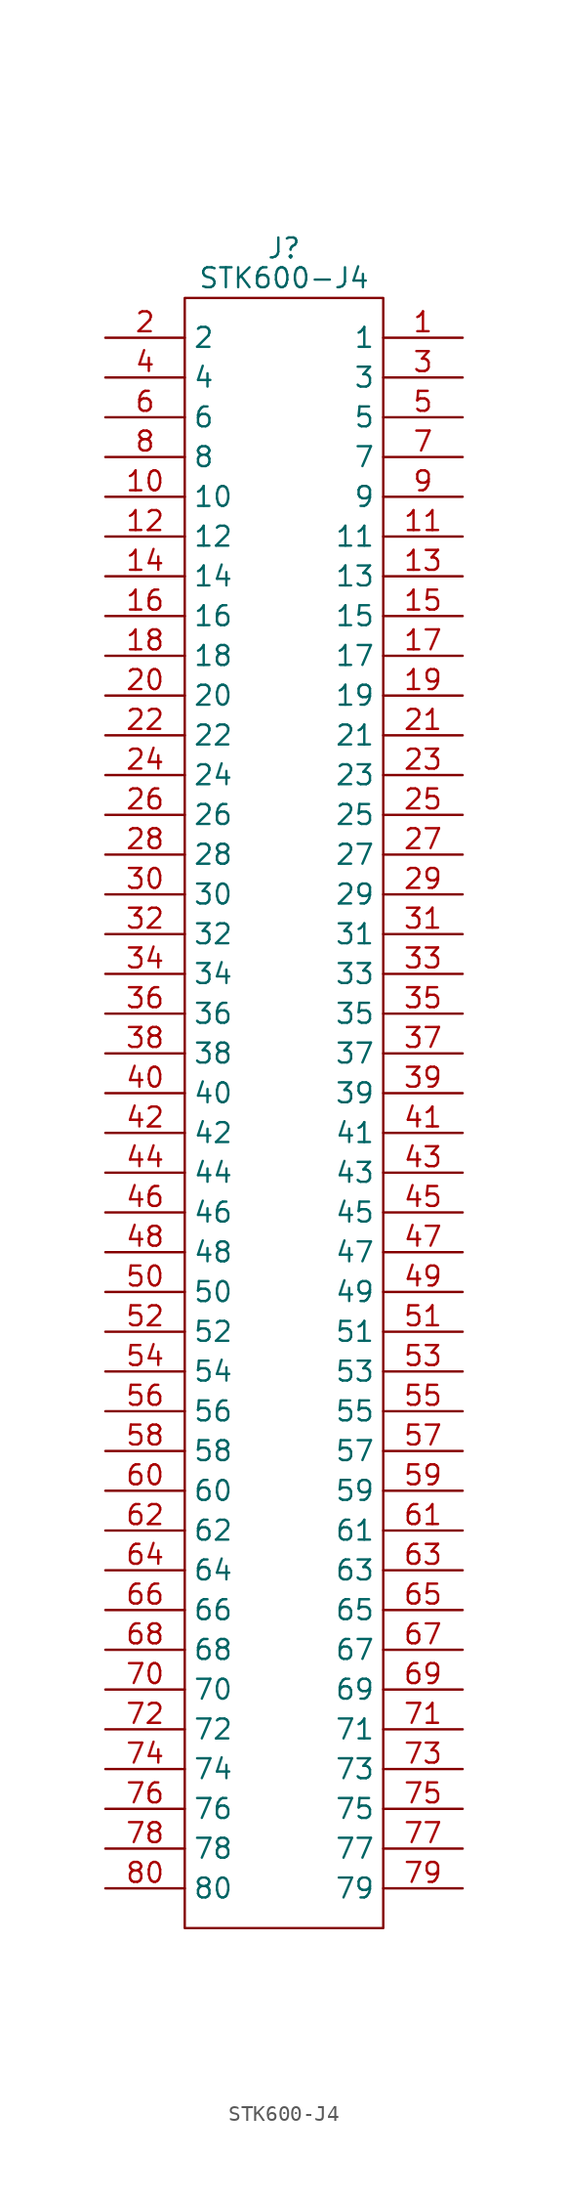
<source format=kicad_sym>
(kicad_symbol_lib
  (version 20211014)
  (generator kicad_symbol_editor)
  (symbol "STK600-J4"
    (property "Reference" "J"
      (at 0 -1.905 0)
      (effects (font (size 1.27 1.27))))
    (property "Value" "STK600-J4"
      (at 0 -3.81 0)
      (effects (font (size 1.27 1.27))))
    (symbol "STK600-J4_0_0"
      (pin passive line (at 11.43 -7.62 180) (length 5.08) (name "1" (effects (font (size 1.27 1.27)))) (number "1" (effects (font (size 1.27 1.27)))))
      (pin passive line (at -11.43 -17.78 0) (length 5.08) (name "10" (effects (font (size 1.27 1.27)))) (number "10" (effects (font (size 1.27 1.27)))))
      (pin passive line (at 11.43 -20.32 180) (length 5.08) (name "11" (effects (font (size 1.27 1.27)))) (number "11" (effects (font (size 1.27 1.27)))))
      (pin passive line (at -11.43 -20.32 0) (length 5.08) (name "12" (effects (font (size 1.27 1.27)))) (number "12" (effects (font (size 1.27 1.27)))))
      (pin passive line (at 11.43 -22.86 180) (length 5.08) (name "13" (effects (font (size 1.27 1.27)))) (number "13" (effects (font (size 1.27 1.27)))))
      (pin passive line (at -11.43 -22.86 0) (length 5.08) (name "14" (effects (font (size 1.27 1.27)))) (number "14" (effects (font (size 1.27 1.27)))))
      (pin passive line (at 11.43 -25.4 180) (length 5.08) (name "15" (effects (font (size 1.27 1.27)))) (number "15" (effects (font (size 1.27 1.27)))))
      (pin passive line (at -11.43 -25.4 0) (length 5.08) (name "16" (effects (font (size 1.27 1.27)))) (number "16" (effects (font (size 1.27 1.27)))))
      (pin passive line (at 11.43 -27.94 180) (length 5.08) (name "17" (effects (font (size 1.27 1.27)))) (number "17" (effects (font (size 1.27 1.27)))))
      (pin passive line (at -11.43 -27.94 0) (length 5.08) (name "18" (effects (font (size 1.27 1.27)))) (number "18" (effects (font (size 1.27 1.27)))))
      (pin passive line (at 11.43 -30.48 180) (length 5.08) (name "19" (effects (font (size 1.27 1.27)))) (number "19" (effects (font (size 1.27 1.27)))))
      (pin passive line (at -11.43 -7.62 0) (length 5.08) (name "2" (effects (font (size 1.27 1.27)))) (number "2" (effects (font (size 1.27 1.27)))))
      (pin passive line (at -11.43 -30.48 0) (length 5.08) (name "20" (effects (font (size 1.27 1.27)))) (number "20" (effects (font (size 1.27 1.27)))))
      (pin passive line (at 11.43 -33.02 180) (length 5.08) (name "21" (effects (font (size 1.27 1.27)))) (number "21" (effects (font (size 1.27 1.27)))))
      (pin passive line (at -11.43 -33.02 0) (length 5.08) (name "22" (effects (font (size 1.27 1.27)))) (number "22" (effects (font (size 1.27 1.27)))))
      (pin passive line (at 11.43 -35.56 180) (length 5.08) (name "23" (effects (font (size 1.27 1.27)))) (number "23" (effects (font (size 1.27 1.27)))))
      (pin passive line (at -11.43 -35.56 0) (length 5.08) (name "24" (effects (font (size 1.27 1.27)))) (number "24" (effects (font (size 1.27 1.27)))))
      (pin passive line (at 11.43 -38.1 180) (length 5.08) (name "25" (effects (font (size 1.27 1.27)))) (number "25" (effects (font (size 1.27 1.27)))))
      (pin passive line (at -11.43 -38.1 0) (length 5.08) (name "26" (effects (font (size 1.27 1.27)))) (number "26" (effects (font (size 1.27 1.27)))))
      (pin passive line (at 11.43 -40.64 180) (length 5.08) (name "27" (effects (font (size 1.27 1.27)))) (number "27" (effects (font (size 1.27 1.27)))))
      (pin passive line (at -11.43 -40.64 0) (length 5.08) (name "28" (effects (font (size 1.27 1.27)))) (number "28" (effects (font (size 1.27 1.27)))))
      (pin passive line (at 11.43 -43.18 180) (length 5.08) (name "29" (effects (font (size 1.27 1.27)))) (number "29" (effects (font (size 1.27 1.27)))))
      (pin passive line (at 11.43 -10.16 180) (length 5.08) (name "3" (effects (font (size 1.27 1.27)))) (number "3" (effects (font (size 1.27 1.27)))))
      (pin passive line (at -11.43 -43.18 0) (length 5.08) (name "30" (effects (font (size 1.27 1.27)))) (number "30" (effects (font (size 1.27 1.27)))))
      (pin passive line (at 11.43 -45.72 180) (length 5.08) (name "31" (effects (font (size 1.27 1.27)))) (number "31" (effects (font (size 1.27 1.27)))))
      (pin passive line (at -11.43 -45.72 0) (length 5.08) (name "32" (effects (font (size 1.27 1.27)))) (number "32" (effects (font (size 1.27 1.27)))))
      (pin passive line (at 11.43 -48.26 180) (length 5.08) (name "33" (effects (font (size 1.27 1.27)))) (number "33" (effects (font (size 1.27 1.27)))))
      (pin passive line (at -11.43 -48.26 0) (length 5.08) (name "34" (effects (font (size 1.27 1.27)))) (number "34" (effects (font (size 1.27 1.27)))))
      (pin passive line (at 11.43 -50.8 180) (length 5.08) (name "35" (effects (font (size 1.27 1.27)))) (number "35" (effects (font (size 1.27 1.27)))))
      (pin passive line (at -11.43 -50.8 0) (length 5.08) (name "36" (effects (font (size 1.27 1.27)))) (number "36" (effects (font (size 1.27 1.27)))))
      (pin passive line (at 11.43 -53.34 180) (length 5.08) (name "37" (effects (font (size 1.27 1.27)))) (number "37" (effects (font (size 1.27 1.27)))))
      (pin passive line (at -11.43 -53.34 0) (length 5.08) (name "38" (effects (font (size 1.27 1.27)))) (number "38" (effects (font (size 1.27 1.27)))))
      (pin passive line (at 11.43 -55.88 180) (length 5.08) (name "39" (effects (font (size 1.27 1.27)))) (number "39" (effects (font (size 1.27 1.27)))))
      (pin passive line (at -11.43 -10.16 0) (length 5.08) (name "4" (effects (font (size 1.27 1.27)))) (number "4" (effects (font (size 1.27 1.27)))))
      (pin passive line (at -11.43 -55.88 0) (length 5.08) (name "40" (effects (font (size 1.27 1.27)))) (number "40" (effects (font (size 1.27 1.27)))))
      (pin passive line (at 11.43 -58.42 180) (length 5.08) (name "41" (effects (font (size 1.27 1.27)))) (number "41" (effects (font (size 1.27 1.27)))))
      (pin passive line (at -11.43 -58.42 0) (length 5.08) (name "42" (effects (font (size 1.27 1.27)))) (number "42" (effects (font (size 1.27 1.27)))))
      (pin passive line (at 11.43 -60.96 180) (length 5.08) (name "43" (effects (font (size 1.27 1.27)))) (number "43" (effects (font (size 1.27 1.27)))))
      (pin passive line (at -11.43 -60.96 0) (length 5.08) (name "44" (effects (font (size 1.27 1.27)))) (number "44" (effects (font (size 1.27 1.27)))))
      (pin passive line (at 11.43 -63.5 180) (length 5.08) (name "45" (effects (font (size 1.27 1.27)))) (number "45" (effects (font (size 1.27 1.27)))))
      (pin passive line (at -11.43 -63.5 0) (length 5.08) (name "46" (effects (font (size 1.27 1.27)))) (number "46" (effects (font (size 1.27 1.27)))))
      (pin passive line (at 11.43 -66.04 180) (length 5.08) (name "47" (effects (font (size 1.27 1.27)))) (number "47" (effects (font (size 1.27 1.27)))))
      (pin passive line (at -11.43 -66.04 0) (length 5.08) (name "48" (effects (font (size 1.27 1.27)))) (number "48" (effects (font (size 1.27 1.27)))))
      (pin passive line (at 11.43 -68.58 180) (length 5.08) (name "49" (effects (font (size 1.27 1.27)))) (number "49" (effects (font (size 1.27 1.27)))))
      (pin passive line (at 11.43 -12.7 180) (length 5.08) (name "5" (effects (font (size 1.27 1.27)))) (number "5" (effects (font (size 1.27 1.27)))))
      (pin passive line (at -11.43 -68.58 0) (length 5.08) (name "50" (effects (font (size 1.27 1.27)))) (number "50" (effects (font (size 1.27 1.27)))))
      (pin passive line (at 11.43 -71.12 180) (length 5.08) (name "51" (effects (font (size 1.27 1.27)))) (number "51" (effects (font (size 1.27 1.27)))))
      (pin passive line (at -11.43 -71.12 0) (length 5.08) (name "52" (effects (font (size 1.27 1.27)))) (number "52" (effects (font (size 1.27 1.27)))))
      (pin passive line (at 11.43 -73.66 180) (length 5.08) (name "53" (effects (font (size 1.27 1.27)))) (number "53" (effects (font (size 1.27 1.27)))))
      (pin passive line (at -11.43 -73.66 0) (length 5.08) (name "54" (effects (font (size 1.27 1.27)))) (number "54" (effects (font (size 1.27 1.27)))))
      (pin passive line (at 11.43 -76.2 180) (length 5.08) (name "55" (effects (font (size 1.27 1.27)))) (number "55" (effects (font (size 1.27 1.27)))))
      (pin passive line (at -11.43 -76.2 0) (length 5.08) (name "56" (effects (font (size 1.27 1.27)))) (number "56" (effects (font (size 1.27 1.27)))))
      (pin passive line (at 11.43 -78.74 180) (length 5.08) (name "57" (effects (font (size 1.27 1.27)))) (number "57" (effects (font (size 1.27 1.27)))))
      (pin passive line (at -11.43 -78.74 0) (length 5.08) (name "58" (effects (font (size 1.27 1.27)))) (number "58" (effects (font (size 1.27 1.27)))))
      (pin passive line (at 11.43 -81.28 180) (length 5.08) (name "59" (effects (font (size 1.27 1.27)))) (number "59" (effects (font (size 1.27 1.27)))))
      (pin passive line (at -11.43 -12.7 0) (length 5.08) (name "6" (effects (font (size 1.27 1.27)))) (number "6" (effects (font (size 1.27 1.27)))))
      (pin passive line (at -11.43 -81.28 0) (length 5.08) (name "60" (effects (font (size 1.27 1.27)))) (number "60" (effects (font (size 1.27 1.27)))))
      (pin passive line (at 11.43 -83.82 180) (length 5.08) (name "61" (effects (font (size 1.27 1.27)))) (number "61" (effects (font (size 1.27 1.27)))))
      (pin passive line (at -11.43 -83.82 0) (length 5.08) (name "62" (effects (font (size 1.27 1.27)))) (number "62" (effects (font (size 1.27 1.27)))))
      (pin passive line (at 11.43 -86.36 180) (length 5.08) (name "63" (effects (font (size 1.27 1.27)))) (number "63" (effects (font (size 1.27 1.27)))))
      (pin passive line (at -11.43 -86.36 0) (length 5.08) (name "64" (effects (font (size 1.27 1.27)))) (number "64" (effects (font (size 1.27 1.27)))))
      (pin passive line (at 11.43 -88.9 180) (length 5.08) (name "65" (effects (font (size 1.27 1.27)))) (number "65" (effects (font (size 1.27 1.27)))))
      (pin passive line (at -11.43 -88.9 0) (length 5.08) (name "66" (effects (font (size 1.27 1.27)))) (number "66" (effects (font (size 1.27 1.27)))))
      (pin passive line (at 11.43 -91.44 180) (length 5.08) (name "67" (effects (font (size 1.27 1.27)))) (number "67" (effects (font (size 1.27 1.27)))))
      (pin passive line (at -11.43 -91.44 0) (length 5.08) (name "68" (effects (font (size 1.27 1.27)))) (number "68" (effects (font (size 1.27 1.27)))))
      (pin passive line (at 11.43 -93.98 180) (length 5.08) (name "69" (effects (font (size 1.27 1.27)))) (number "69" (effects (font (size 1.27 1.27)))))
      (pin passive line (at 11.43 -15.24 180) (length 5.08) (name "7" (effects (font (size 1.27 1.27)))) (number "7" (effects (font (size 1.27 1.27)))))
      (pin passive line (at -11.43 -93.98 0) (length 5.08) (name "70" (effects (font (size 1.27 1.27)))) (number "70" (effects (font (size 1.27 1.27)))))
      (pin passive line (at 11.43 -96.52 180) (length 5.08) (name "71" (effects (font (size 1.27 1.27)))) (number "71" (effects (font (size 1.27 1.27)))))
      (pin passive line (at -11.43 -96.52 0) (length 5.08) (name "72" (effects (font (size 1.27 1.27)))) (number "72" (effects (font (size 1.27 1.27)))))
      (pin passive line (at 11.43 -99.06 180) (length 5.08) (name "73" (effects (font (size 1.27 1.27)))) (number "73" (effects (font (size 1.27 1.27)))))
      (pin passive line (at -11.43 -99.06 0) (length 5.08) (name "74" (effects (font (size 1.27 1.27)))) (number "74" (effects (font (size 1.27 1.27)))))
      (pin passive line (at 11.43 -101.6 180) (length 5.08) (name "75" (effects (font (size 1.27 1.27)))) (number "75" (effects (font (size 1.27 1.27)))))
      (pin passive line (at -11.43 -101.6 0) (length 5.08) (name "76" (effects (font (size 1.27 1.27)))) (number "76" (effects (font (size 1.27 1.27)))))
      (pin passive line (at 11.43 -104.14 180) (length 5.08) (name "77" (effects (font (size 1.27 1.27)))) (number "77" (effects (font (size 1.27 1.27)))))
      (pin passive line (at -11.43 -104.14 0) (length 5.08) (name "78" (effects (font (size 1.27 1.27)))) (number "78" (effects (font (size 1.27 1.27)))))
      (pin passive line (at 11.43 -106.68 180) (length 5.08) (name "79" (effects (font (size 1.27 1.27)))) (number "79" (effects (font (size 1.27 1.27)))))
      (pin passive line (at -11.43 -15.24 0) (length 5.08) (name "8" (effects (font (size 1.27 1.27)))) (number "8" (effects (font (size 1.27 1.27)))))
      (pin passive line (at -11.43 -106.68 0) (length 5.08) (name "80" (effects (font (size 1.27 1.27)))) (number "80" (effects (font (size 1.27 1.27)))))
      (pin passive line (at 11.43 -17.78 180) (length 5.08) (name "9" (effects (font (size 1.27 1.27)))) (number "9" (effects (font (size 1.27 1.27))))))
    (symbol "STK600-J4_0_1"
      (polyline (pts (xy -6.35 -5.08) (xy 6.35 -5.08) (xy 6.35 -109.22) (xy -6.35 -109.22) (xy -6.35 -5.08)) (stroke (width 0.152) (type default) (color 0 0 0 0)) (fill (type none))))))
</source>
